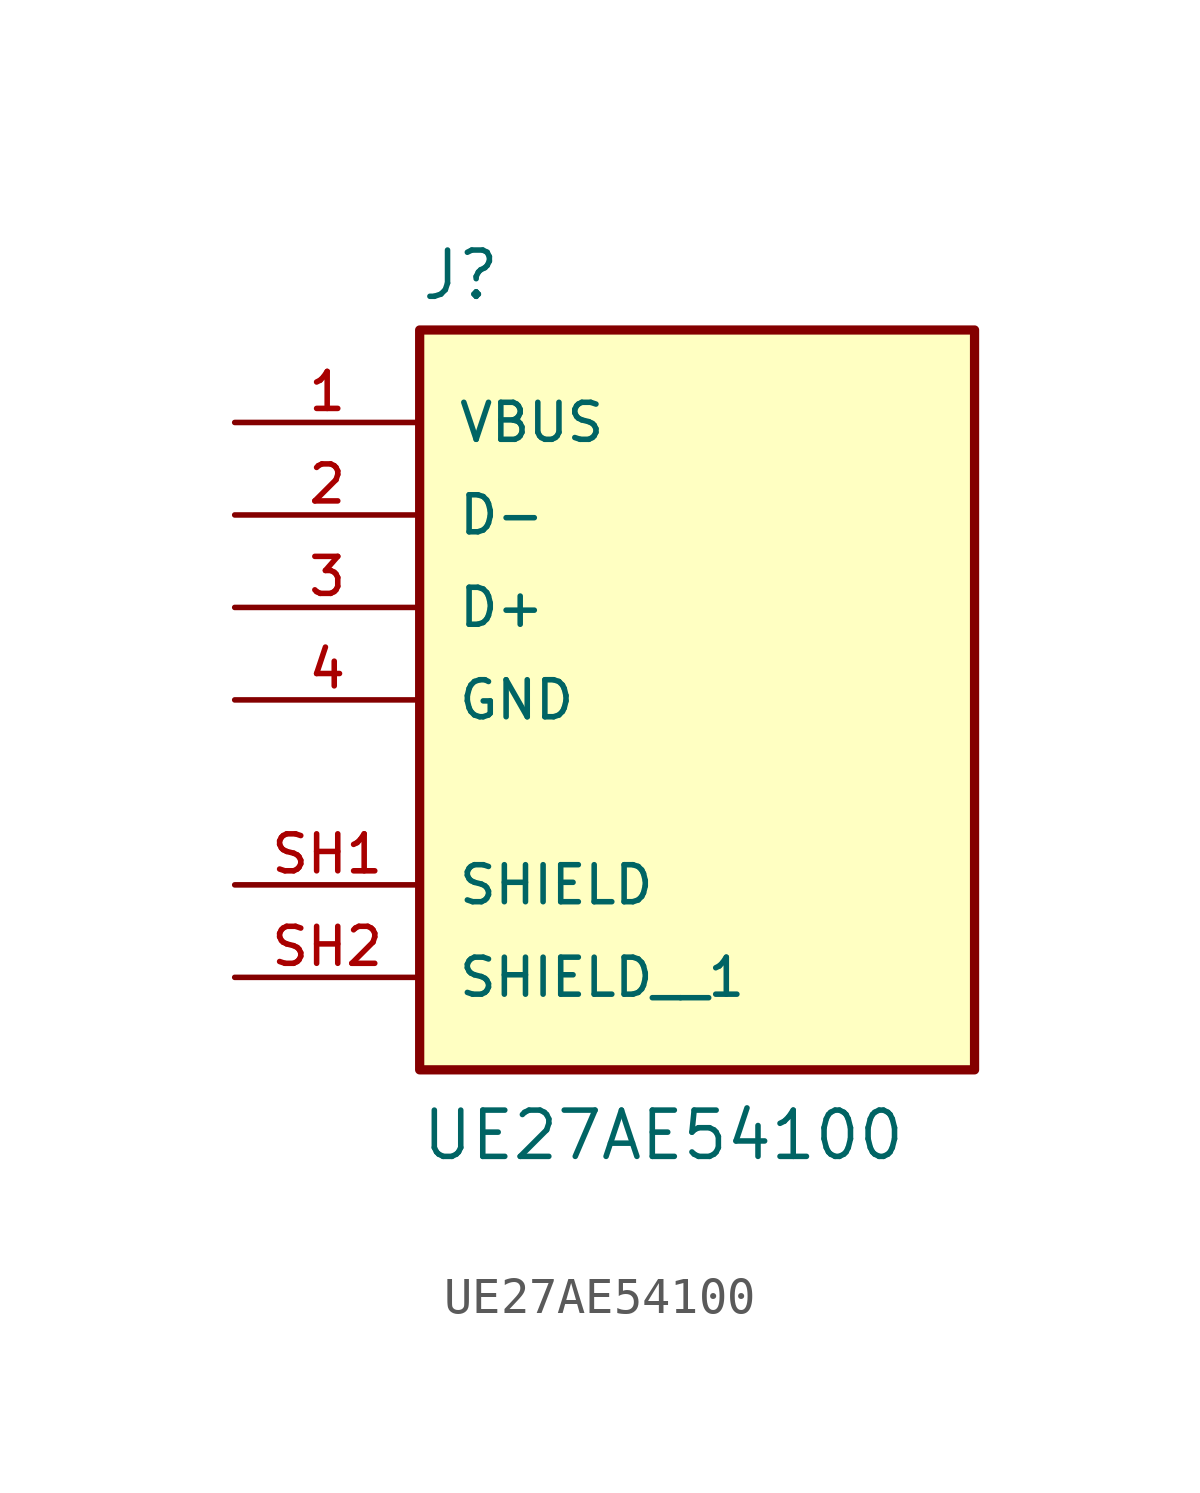
<source format=kicad_sym>
(kicad_symbol_lib
  (version 20211014)
  (generator kicad_symbol_editor)
  (symbol "UE27AE54100"
    (pin_names
      (offset 1.016))
    (property "Reference" "J"
      (at -7.62 8.382 0)
      (effects (font (size 1.27 1.27)) (justify bottom left)))
    (property "Value" "UE27AE54100"
      (at -7.62 -15.24 0)
      (effects (font (size 1.27 1.27)) (justify bottom left)))
    (symbol "UE27AE54100_0_0"
      (rectangle (start -7.62 -12.7) (end 7.62 7.62) (stroke (width 0.254)) (fill (type background)))
      (pin bidirectional line (at -12.7 2.54 0) (length 5.08) (name "D-" (effects (font (size 1.016 1.016)))) (number "2" (effects (font (size 1.016 1.016)))))
      (pin bidirectional line (at -12.7 0.0 0) (length 5.08) (name "D+" (effects (font (size 1.016 1.016)))) (number "3" (effects (font (size 1.016 1.016)))))
      (pin passive line (at -12.7 -7.62 0) (length 5.08) (name "SHIELD" (effects (font (size 1.016 1.016)))) (number "SH1" (effects (font (size 1.016 1.016)))))
      (pin power_in line (at -12.7 5.08 0) (length 5.08) (name "VBUS" (effects (font (size 1.016 1.016)))) (number "1" (effects (font (size 1.016 1.016)))))
      (pin power_in line (at -12.7 -2.54 0) (length 5.08) (name "GND" (effects (font (size 1.016 1.016)))) (number "4" (effects (font (size 1.016 1.016)))))
      (pin passive line (at -12.7 -10.16 0) (length 5.08) (name "SHIELD__1" (effects (font (size 1.016 1.016)))) (number "SH2" (effects (font (size 1.016 1.016))))))))
</source>
